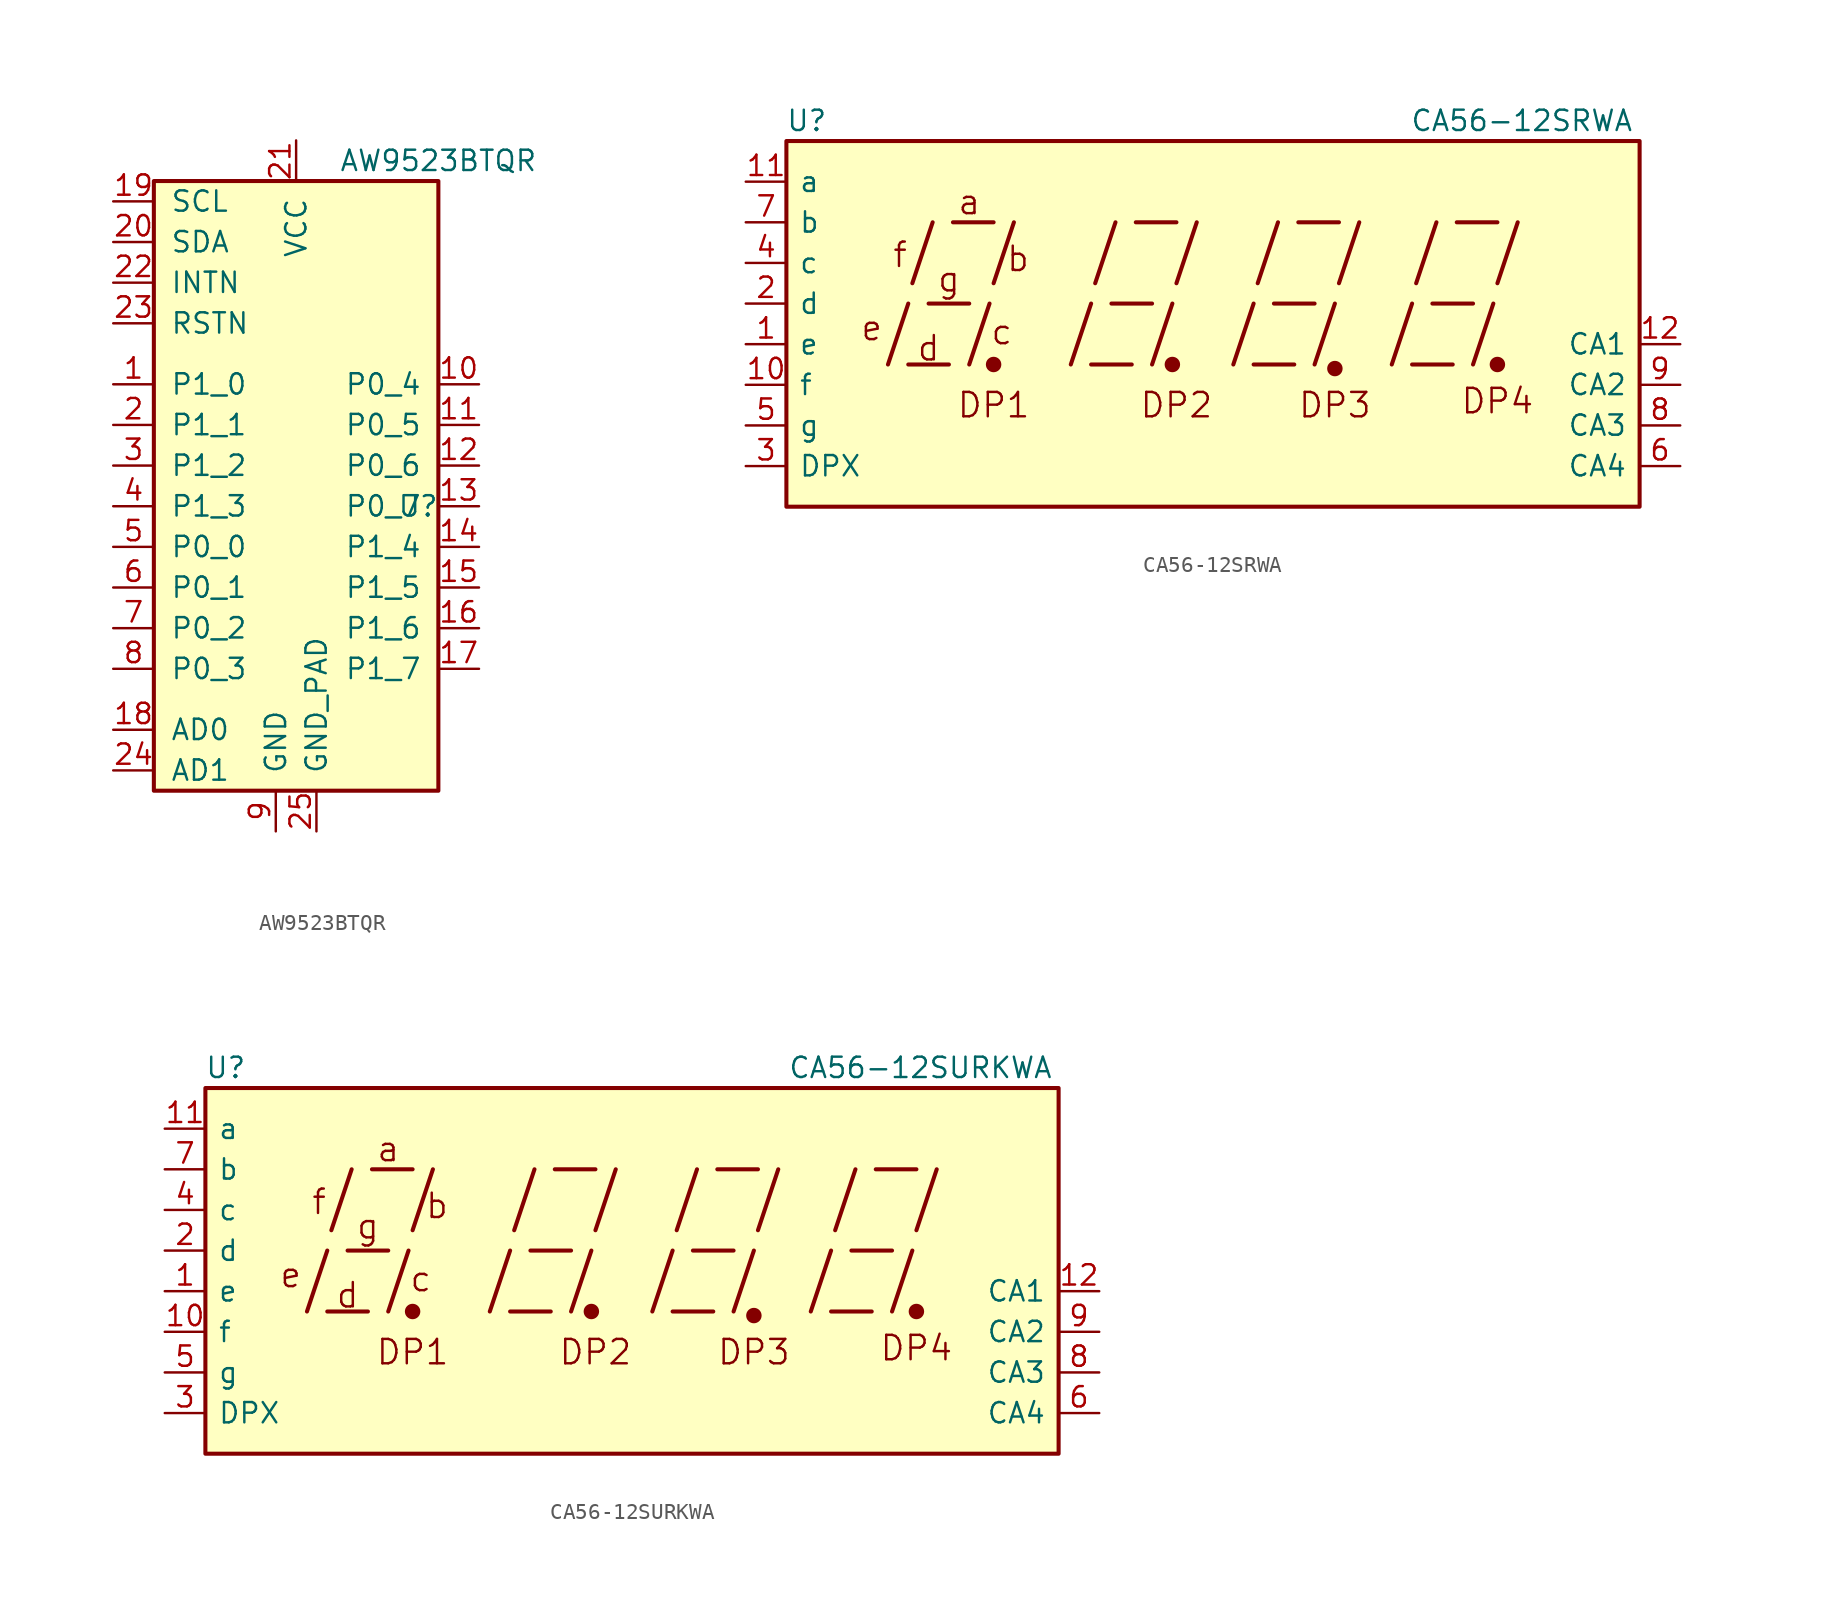
<source format=kicad_sym>
(kicad_symbol_lib
  (version 20231120)
  (generator "kicad_symbol_editor")
  (generator_version "8.0")
  (symbol "AW9523BTQR"
    (pin_names
      (offset 1.016))
    (property "Reference" "U"
      (at 7.62 -1.27 0)
      (effects (font (size 1.27 1.27))))
    (property "Value" "AW9523BTQR"
      (at 8.89 20.32 0)
      (effects (font (size 1.27 1.27))))
    (symbol "AW9523BTQR_0_0"
      (pin bidirectional line (at -11.43 6.35 0) (length 2.54) (name "P1_0" (effects (font (size 1.27 1.27)))) (number "1" (effects (font (size 1.27 1.27)))))
      (pin bidirectional line (at 11.43 6.35 180) (length 2.54) (name "P0_4" (effects (font (size 1.27 1.27)))) (number "10" (effects (font (size 1.27 1.27)))))
      (pin bidirectional line (at 11.43 3.81 180) (length 2.54) (name "P0_5" (effects (font (size 1.27 1.27)))) (number "11" (effects (font (size 1.27 1.27)))))
      (pin bidirectional line (at 11.43 1.27 180) (length 2.54) (name "P0_6" (effects (font (size 1.27 1.27)))) (number "12" (effects (font (size 1.27 1.27)))))
      (pin bidirectional line (at 11.43 -1.27 180) (length 2.54) (name "P0_7" (effects (font (size 1.27 1.27)))) (number "13" (effects (font (size 1.27 1.27)))))
      (pin bidirectional line (at 11.43 -3.81 180) (length 2.54) (name "P1_4" (effects (font (size 1.27 1.27)))) (number "14" (effects (font (size 1.27 1.27)))))
      (pin bidirectional line (at 11.43 -6.35 180) (length 2.54) (name "P1_5" (effects (font (size 1.27 1.27)))) (number "15" (effects (font (size 1.27 1.27)))))
      (pin bidirectional line (at 11.43 -8.89 180) (length 2.54) (name "P1_6" (effects (font (size 1.27 1.27)))) (number "16" (effects (font (size 1.27 1.27)))))
      (pin bidirectional line (at 11.43 -11.43 180) (length 2.54) (name "P1_7" (effects (font (size 1.27 1.27)))) (number "17" (effects (font (size 1.27 1.27)))))
      (pin input line (at -11.43 -15.24 0) (length 2.54) (name "AD0" (effects (font (size 1.27 1.27)))) (number "18" (effects (font (size 1.27 1.27)))))
      (pin bidirectional line (at -11.43 17.78 0) (length 2.54) (name "SCL" (effects (font (size 1.27 1.27)))) (number "19" (effects (font (size 1.27 1.27)))))
      (pin bidirectional line (at -11.43 3.81 0) (length 2.54) (name "P1_1" (effects (font (size 1.27 1.27)))) (number "2" (effects (font (size 1.27 1.27)))))
      (pin bidirectional line (at -11.43 15.24 0) (length 2.54) (name "SDA" (effects (font (size 1.27 1.27)))) (number "20" (effects (font (size 1.27 1.27)))))
      (pin power_in line (at 0 21.59 270) (length 2.54) (name "VCC" (effects (font (size 1.27 1.27)))) (number "21" (effects (font (size 1.27 1.27)))))
      (pin output line (at -11.43 12.7 0) (length 2.54) (name "INTN" (effects (font (size 1.27 1.27)))) (number "22" (effects (font (size 1.27 1.27)))))
      (pin input line (at -11.43 10.16 0) (length 2.54) (name "RSTN" (effects (font (size 1.27 1.27)))) (number "23" (effects (font (size 1.27 1.27)))))
      (pin input line (at -11.43 -17.78 0) (length 2.54) (name "AD1" (effects (font (size 1.27 1.27)))) (number "24" (effects (font (size 1.27 1.27)))))
      (pin power_in line (at 1.27 -21.59 90) (length 2.54) (name "GND_PAD" (effects (font (size 1.27 1.27)))) (number "25" (effects (font (size 1.27 1.27)))))
      (pin bidirectional line (at -11.43 1.27 0) (length 2.54) (name "P1_2" (effects (font (size 1.27 1.27)))) (number "3" (effects (font (size 1.27 1.27)))))
      (pin bidirectional line (at -11.43 -1.27 0) (length 2.54) (name "P1_3" (effects (font (size 1.27 1.27)))) (number "4" (effects (font (size 1.27 1.27)))))
      (pin bidirectional line (at -11.43 -3.81 0) (length 2.54) (name "P0_0" (effects (font (size 1.27 1.27)))) (number "5" (effects (font (size 1.27 1.27)))))
      (pin bidirectional line (at -11.43 -6.35 0) (length 2.54) (name "P0_1" (effects (font (size 1.27 1.27)))) (number "6" (effects (font (size 1.27 1.27)))))
      (pin bidirectional line (at -11.43 -8.89 0) (length 2.54) (name "P0_2" (effects (font (size 1.27 1.27)))) (number "7" (effects (font (size 1.27 1.27)))))
      (pin bidirectional line (at -11.43 -11.43 0) (length 2.54) (name "P0_3" (effects (font (size 1.27 1.27)))) (number "8" (effects (font (size 1.27 1.27)))))
      (pin power_in line (at -1.27 -21.59 90) (length 2.54) (name "GND" (effects (font (size 1.27 1.27)))) (number "9" (effects (font (size 1.27 1.27))))))
    (symbol "AW9523BTQR_0_1"
      (rectangle (start -8.89 19.05) (end 8.89 -19.05) (stroke (width 0.254) (type default)) (fill (type background)))))
  (symbol "CA56-12SRWA"
    (pin_names
      (offset 0.762))
    (property "Reference" "U"
      (at -24.13 11.43 0)
      (effects (font (size 1.27 1.27))))
    (property "Value" "CA56-12SRWA"
      (at 20.574 11.43 0)
      (effects (font (size 1.27 1.27))))
    (symbol "CA56-12SRWA_0_0"
      (rectangle (start -25.4 10.16) (end 27.94 -12.7) (stroke (width 0.254) (type default)) (fill (type background)))
      (polyline (pts (xy -19.05 -3.81) (xy -17.78 0)) (stroke (width 0.254) (type default)) (fill (type none)))
      (polyline (pts (xy -17.78 -3.81) (xy -15.24 -3.81)) (stroke (width 0.254) (type default)) (fill (type none)))
      (polyline (pts (xy -17.526 1.27) (xy -16.256 5.08)) (stroke (width 0.254) (type default)) (fill (type none)))
      (polyline (pts (xy -16.51 0) (xy -13.97 0)) (stroke (width 0.254) (type default)) (fill (type none)))
      (polyline (pts (xy -14.986 5.08) (xy -12.446 5.08)) (stroke (width 0.254) (type default)) (fill (type none)))
      (polyline (pts (xy -13.97 -3.81) (xy -12.7 0)) (stroke (width 0.254) (type default)) (fill (type none)))
      (polyline (pts (xy -12.446 1.27) (xy -11.176 5.08)) (stroke (width 0.254) (type default)) (fill (type none)))
      (polyline (pts (xy -7.62 -3.81) (xy -6.35 0)) (stroke (width 0.254) (type default)) (fill (type none)))
      (polyline (pts (xy -6.35 -3.81) (xy -3.81 -3.81)) (stroke (width 0.254) (type default)) (fill (type none)))
      (polyline (pts (xy -6.096 1.27) (xy -4.826 5.08)) (stroke (width 0.254) (type default)) (fill (type none)))
      (polyline (pts (xy -5.08 0) (xy -2.54 0)) (stroke (width 0.254) (type default)) (fill (type none)))
      (polyline (pts (xy -3.556 5.08) (xy -1.016 5.08)) (stroke (width 0.254) (type default)) (fill (type none)))
      (polyline (pts (xy -2.54 -3.81) (xy -1.27 0)) (stroke (width 0.254) (type default)) (fill (type none)))
      (polyline (pts (xy -1.016 1.27) (xy 0.254 5.08)) (stroke (width 0.254) (type default)) (fill (type none)))
      (polyline (pts (xy 2.54 -3.81) (xy 3.81 0)) (stroke (width 0.254) (type default)) (fill (type none)))
      (polyline (pts (xy 3.81 -3.81) (xy 6.35 -3.81)) (stroke (width 0.254) (type default)) (fill (type none)))
      (polyline (pts (xy 4.064 1.27) (xy 5.334 5.08)) (stroke (width 0.254) (type default)) (fill (type none)))
      (polyline (pts (xy 5.08 0) (xy 7.62 0)) (stroke (width 0.254) (type default)) (fill (type none)))
      (polyline (pts (xy 6.604 5.08) (xy 9.144 5.08)) (stroke (width 0.254) (type default)) (fill (type none)))
      (polyline (pts (xy 7.62 -3.81) (xy 8.89 0)) (stroke (width 0.254) (type default)) (fill (type none)))
      (polyline (pts (xy 9.144 1.27) (xy 10.414 5.08)) (stroke (width 0.254) (type default)) (fill (type none)))
      (polyline (pts (xy 12.446 -3.81) (xy 13.716 0)) (stroke (width 0.254) (type default)) (fill (type none)))
      (polyline (pts (xy 13.716 -3.81) (xy 16.256 -3.81)) (stroke (width 0.254) (type default)) (fill (type none)))
      (polyline (pts (xy 13.97 1.27) (xy 15.24 5.08)) (stroke (width 0.254) (type default)) (fill (type none)))
      (polyline (pts (xy 14.986 0) (xy 17.526 0)) (stroke (width 0.254) (type default)) (fill (type none)))
      (polyline (pts (xy 16.51 5.08) (xy 19.05 5.08)) (stroke (width 0.254) (type default)) (fill (type none)))
      (polyline (pts (xy 17.526 -3.81) (xy 18.796 0)) (stroke (width 0.254) (type default)) (fill (type none)))
      (polyline (pts (xy 19.05 1.27) (xy 20.32 5.08)) (stroke (width 0.254) (type default)) (fill (type none)))
      (text "a" (at -13.97 6.35 0) (effects (font (size 1.524 1.524))))
      (text "b" (at -10.922 2.794 0) (effects (font (size 1.524 1.524))))
      (text "c" (at -11.938 -1.778 0) (effects (font (size 1.524 1.524))))
      (text "d" (at -16.51 -2.794 0) (effects (font (size 1.524 1.524))))
      (text "DP1" (at -12.446 -6.35 0) (effects (font (size 1.524 1.524))))
      (text "DP2" (at -1.016 -6.35 0) (effects (font (size 1.524 1.524))))
      (text "DP3" (at 8.89 -6.35 0) (effects (font (size 1.524 1.524))))
      (text "DP4" (at 19.05 -6.096 0) (effects (font (size 1.524 1.524))))
      (text "e" (at -20.066 -1.524 0) (effects (font (size 1.524 1.524))))
      (text "f" (at -18.288 3.048 0) (effects (font (size 1.524 1.524))))
      (text "g" (at -15.24 1.524 0) (effects (font (size 1.524 1.524)))))
    (symbol "CA56-12SRWA_0_1"
      (circle (center -12.446 -3.81) (radius 0.356) (stroke (width 0.254) (type default)) (fill (type outline)))
      (circle (center -1.27 -3.81) (radius 0.356) (stroke (width 0.254) (type default)) (fill (type outline))))
    (symbol "CA56-12SRWA_1_0"
      (circle (center 8.89 -4.064) (radius 0.356) (stroke (width 0.254) (type default)) (fill (type outline)))
      (circle (center 19.05 -3.81) (radius 0.356) (stroke (width 0.254) (type default)) (fill (type outline))))
    (symbol "CA56-12SRWA_1_1"
      (pin input line (at -27.94 -2.54 0) (length 2.54) (name "e" (effects (font (size 1.27 1.27)))) (number "1" (effects (font (size 1.27 1.27)))))
      (pin input line (at -27.94 -5.08 0) (length 2.54) (name "f" (effects (font (size 1.27 1.27)))) (number "10" (effects (font (size 1.27 1.27)))))
      (pin input line (at -27.94 7.62 0) (length 2.54) (name "a" (effects (font (size 1.27 1.27)))) (number "11" (effects (font (size 1.27 1.27)))))
      (pin input line (at 30.48 -2.54 180) (length 2.54) (name "CA1" (effects (font (size 1.27 1.27)))) (number "12" (effects (font (size 1.27 1.27)))))
      (pin input line (at -27.94 0 0) (length 2.54) (name "d" (effects (font (size 1.27 1.27)))) (number "2" (effects (font (size 1.27 1.27)))))
      (pin input line (at -27.94 -10.16 0) (length 2.54) (name "DPX" (effects (font (size 1.27 1.27)))) (number "3" (effects (font (size 1.27 1.27)))))
      (pin input line (at -27.94 2.54 0) (length 2.54) (name "c" (effects (font (size 1.27 1.27)))) (number "4" (effects (font (size 1.27 1.27)))))
      (pin input line (at -27.94 -7.62 0) (length 2.54) (name "g" (effects (font (size 1.27 1.27)))) (number "5" (effects (font (size 1.27 1.27)))))
      (pin input line (at 30.48 -10.16 180) (length 2.54) (name "CA4" (effects (font (size 1.27 1.27)))) (number "6" (effects (font (size 1.27 1.27)))))
      (pin input line (at -27.94 5.08 0) (length 2.54) (name "b" (effects (font (size 1.27 1.27)))) (number "7" (effects (font (size 1.27 1.27)))))
      (pin input line (at 30.48 -7.62 180) (length 2.54) (name "CA3" (effects (font (size 1.27 1.27)))) (number "8" (effects (font (size 1.27 1.27)))))
      (pin input line (at 30.48 -5.08 180) (length 2.54) (name "CA2" (effects (font (size 1.27 1.27)))) (number "9" (effects (font (size 1.27 1.27)))))))
  (symbol "CA56-12SURKWA"
    (pin_names
      (offset 0.762))
    (property "Reference" "U"
      (at -24.13 11.43 0)
      (effects (font (size 1.27 1.27))))
    (property "Value" "CA56-12SURKWA"
      (at 19.304 11.43 0)
      (effects (font (size 1.27 1.27))))
    (symbol "CA56-12SURKWA_0_0"
      (rectangle (start -25.4 10.16) (end 27.94 -12.7) (stroke (width 0.254) (type default)) (fill (type background)))
      (polyline (pts (xy -19.05 -3.81) (xy -17.78 0)) (stroke (width 0.254) (type default)) (fill (type none)))
      (polyline (pts (xy -17.78 -3.81) (xy -15.24 -3.81)) (stroke (width 0.254) (type default)) (fill (type none)))
      (polyline (pts (xy -17.526 1.27) (xy -16.256 5.08)) (stroke (width 0.254) (type default)) (fill (type none)))
      (polyline (pts (xy -16.51 0) (xy -13.97 0)) (stroke (width 0.254) (type default)) (fill (type none)))
      (polyline (pts (xy -14.986 5.08) (xy -12.446 5.08)) (stroke (width 0.254) (type default)) (fill (type none)))
      (polyline (pts (xy -13.97 -3.81) (xy -12.7 0)) (stroke (width 0.254) (type default)) (fill (type none)))
      (polyline (pts (xy -12.446 1.27) (xy -11.176 5.08)) (stroke (width 0.254) (type default)) (fill (type none)))
      (polyline (pts (xy -7.62 -3.81) (xy -6.35 0)) (stroke (width 0.254) (type default)) (fill (type none)))
      (polyline (pts (xy -6.35 -3.81) (xy -3.81 -3.81)) (stroke (width 0.254) (type default)) (fill (type none)))
      (polyline (pts (xy -6.096 1.27) (xy -4.826 5.08)) (stroke (width 0.254) (type default)) (fill (type none)))
      (polyline (pts (xy -5.08 0) (xy -2.54 0)) (stroke (width 0.254) (type default)) (fill (type none)))
      (polyline (pts (xy -3.556 5.08) (xy -1.016 5.08)) (stroke (width 0.254) (type default)) (fill (type none)))
      (polyline (pts (xy -2.54 -3.81) (xy -1.27 0)) (stroke (width 0.254) (type default)) (fill (type none)))
      (polyline (pts (xy -1.016 1.27) (xy 0.254 5.08)) (stroke (width 0.254) (type default)) (fill (type none)))
      (polyline (pts (xy 2.54 -3.81) (xy 3.81 0)) (stroke (width 0.254) (type default)) (fill (type none)))
      (polyline (pts (xy 3.81 -3.81) (xy 6.35 -3.81)) (stroke (width 0.254) (type default)) (fill (type none)))
      (polyline (pts (xy 4.064 1.27) (xy 5.334 5.08)) (stroke (width 0.254) (type default)) (fill (type none)))
      (polyline (pts (xy 5.08 0) (xy 7.62 0)) (stroke (width 0.254) (type default)) (fill (type none)))
      (polyline (pts (xy 6.604 5.08) (xy 9.144 5.08)) (stroke (width 0.254) (type default)) (fill (type none)))
      (polyline (pts (xy 7.62 -3.81) (xy 8.89 0)) (stroke (width 0.254) (type default)) (fill (type none)))
      (polyline (pts (xy 9.144 1.27) (xy 10.414 5.08)) (stroke (width 0.254) (type default)) (fill (type none)))
      (polyline (pts (xy 12.446 -3.81) (xy 13.716 0)) (stroke (width 0.254) (type default)) (fill (type none)))
      (polyline (pts (xy 13.716 -3.81) (xy 16.256 -3.81)) (stroke (width 0.254) (type default)) (fill (type none)))
      (polyline (pts (xy 13.97 1.27) (xy 15.24 5.08)) (stroke (width 0.254) (type default)) (fill (type none)))
      (polyline (pts (xy 14.986 0) (xy 17.526 0)) (stroke (width 0.254) (type default)) (fill (type none)))
      (polyline (pts (xy 16.51 5.08) (xy 19.05 5.08)) (stroke (width 0.254) (type default)) (fill (type none)))
      (polyline (pts (xy 17.526 -3.81) (xy 18.796 0)) (stroke (width 0.254) (type default)) (fill (type none)))
      (polyline (pts (xy 19.05 1.27) (xy 20.32 5.08)) (stroke (width 0.254) (type default)) (fill (type none)))
      (text "a" (at -13.97 6.35 0) (effects (font (size 1.524 1.524))))
      (text "b" (at -10.922 2.794 0) (effects (font (size 1.524 1.524))))
      (text "c" (at -11.938 -1.778 0) (effects (font (size 1.524 1.524))))
      (text "d" (at -16.51 -2.794 0) (effects (font (size 1.524 1.524))))
      (text "DP1" (at -12.446 -6.35 0) (effects (font (size 1.524 1.524))))
      (text "DP2" (at -1.016 -6.35 0) (effects (font (size 1.524 1.524))))
      (text "DP3" (at 8.89 -6.35 0) (effects (font (size 1.524 1.524))))
      (text "DP4" (at 19.05 -6.096 0) (effects (font (size 1.524 1.524))))
      (text "e" (at -20.066 -1.524 0) (effects (font (size 1.524 1.524))))
      (text "f" (at -18.288 3.048 0) (effects (font (size 1.524 1.524))))
      (text "g" (at -15.24 1.524 0) (effects (font (size 1.524 1.524)))))
    (symbol "CA56-12SURKWA_0_1"
      (circle (center -12.446 -3.81) (radius 0.356) (stroke (width 0.254) (type default)) (fill (type outline)))
      (circle (center -1.27 -3.81) (radius 0.356) (stroke (width 0.254) (type default)) (fill (type outline))))
    (symbol "CA56-12SURKWA_1_0"
      (circle (center 8.89 -4.064) (radius 0.356) (stroke (width 0.254) (type default)) (fill (type outline)))
      (circle (center 19.05 -3.81) (radius 0.356) (stroke (width 0.254) (type default)) (fill (type outline))))
    (symbol "CA56-12SURKWA_1_1"
      (pin input line (at -27.94 -2.54 0) (length 2.54) (name "e" (effects (font (size 1.27 1.27)))) (number "1" (effects (font (size 1.27 1.27)))))
      (pin input line (at -27.94 -5.08 0) (length 2.54) (name "f" (effects (font (size 1.27 1.27)))) (number "10" (effects (font (size 1.27 1.27)))))
      (pin input line (at -27.94 7.62 0) (length 2.54) (name "a" (effects (font (size 1.27 1.27)))) (number "11" (effects (font (size 1.27 1.27)))))
      (pin input line (at 30.48 -2.54 180) (length 2.54) (name "CA1" (effects (font (size 1.27 1.27)))) (number "12" (effects (font (size 1.27 1.27)))))
      (pin input line (at -27.94 0 0) (length 2.54) (name "d" (effects (font (size 1.27 1.27)))) (number "2" (effects (font (size 1.27 1.27)))))
      (pin input line (at -27.94 -10.16 0) (length 2.54) (name "DPX" (effects (font (size 1.27 1.27)))) (number "3" (effects (font (size 1.27 1.27)))))
      (pin input line (at -27.94 2.54 0) (length 2.54) (name "c" (effects (font (size 1.27 1.27)))) (number "4" (effects (font (size 1.27 1.27)))))
      (pin input line (at -27.94 -7.62 0) (length 2.54) (name "g" (effects (font (size 1.27 1.27)))) (number "5" (effects (font (size 1.27 1.27)))))
      (pin input line (at 30.48 -10.16 180) (length 2.54) (name "CA4" (effects (font (size 1.27 1.27)))) (number "6" (effects (font (size 1.27 1.27)))))
      (pin input line (at -27.94 5.08 0) (length 2.54) (name "b" (effects (font (size 1.27 1.27)))) (number "7" (effects (font (size 1.27 1.27)))))
      (pin input line (at 30.48 -7.62 180) (length 2.54) (name "CA3" (effects (font (size 1.27 1.27)))) (number "8" (effects (font (size 1.27 1.27)))))
      (pin input line (at 30.48 -5.08 180) (length 2.54) (name "CA2" (effects (font (size 1.27 1.27)))) (number "9" (effects (font (size 1.27 1.27))))))))
</source>
